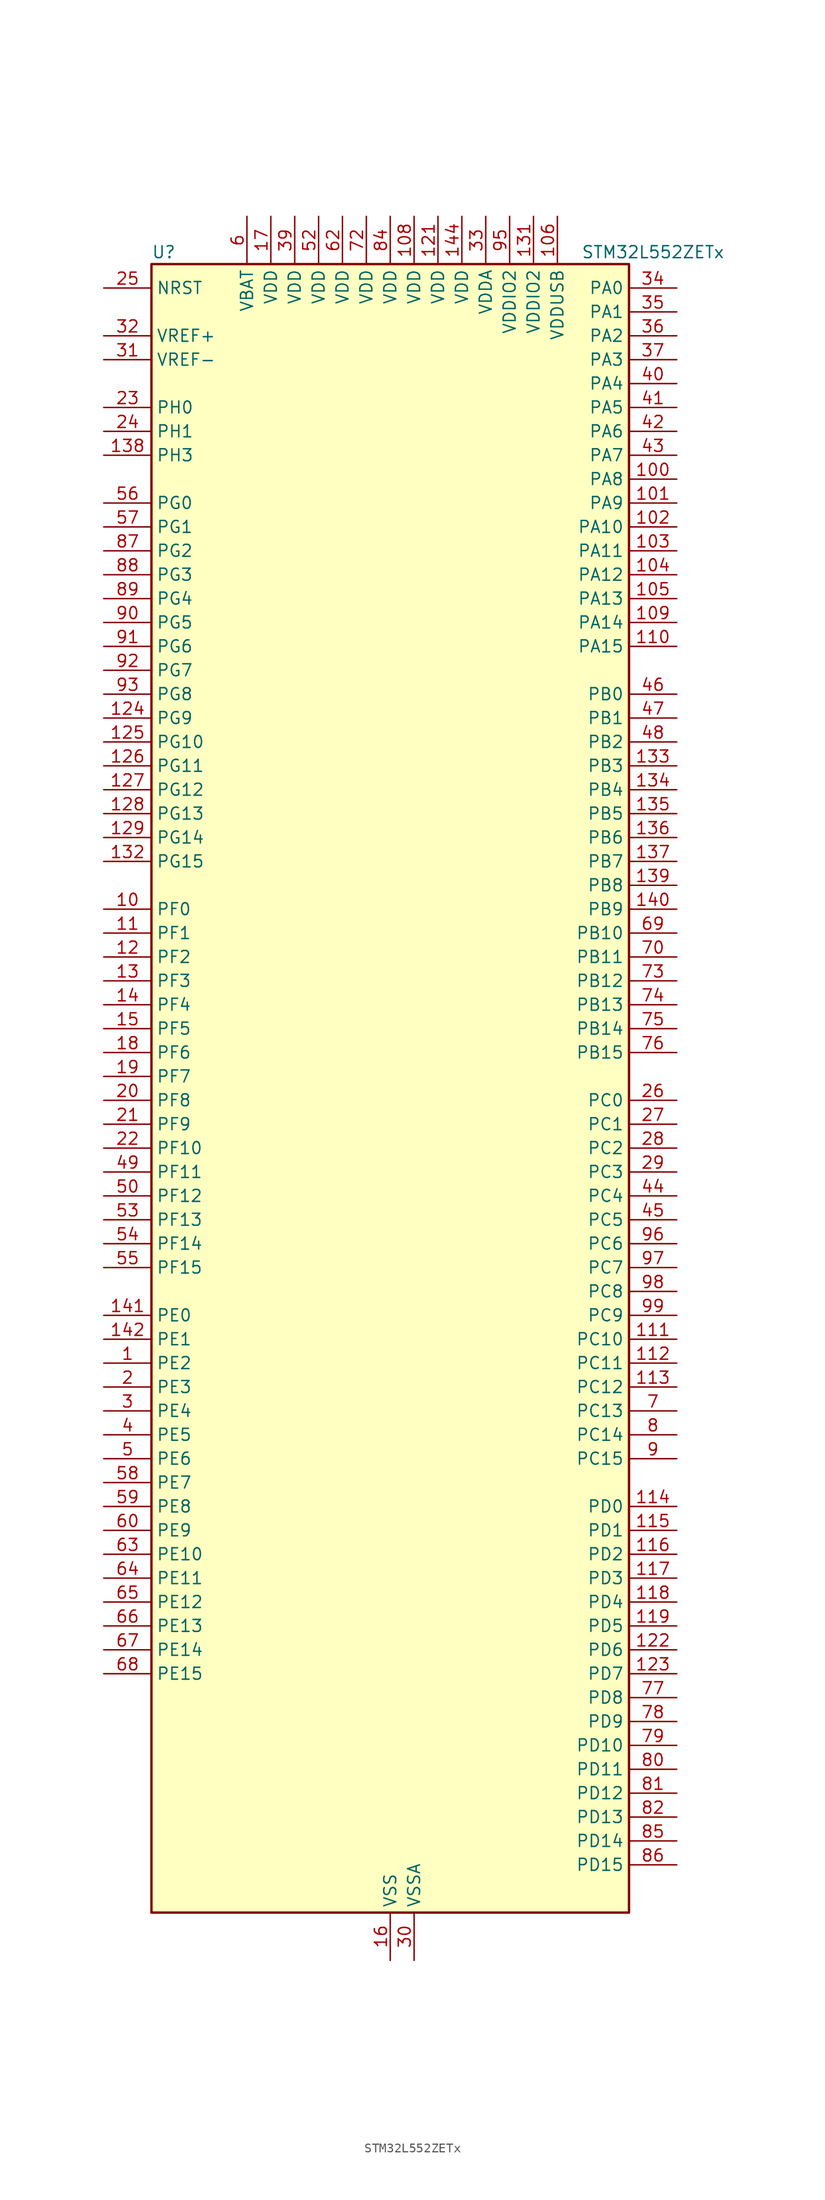
<source format=kicad_sym>
(kicad_symbol_lib
  (version 20220914)
  (generator kicad_symbol_editor)
  (symbol "STM32L552ZETx"
    (property "Reference" "U"
      (at -25.4 90.17 0)
      (effects (font (size 1.27 1.27)) (justify left)))
    (property "Value" "STM32L552ZETx"
      (at 20.32 90.17 0)
      (effects (font (size 1.27 1.27)) (justify left)))
    (property "ki_locked" ""
      (at 0 0 0)
      (effects (font (size 1.27 1.27))))
    (symbol "STM32L552ZETx_0_1"
      (rectangle (start -25.4 -86.36) (end 25.4 88.9) (stroke (width 0.254) (type default)) (fill (type background))))
    (symbol "STM32L552ZETx_1_1"
      (pin bidirectional line (at -30.48 -27.94 0) (length 5.08) (name "PE2" (effects (font (size 1.27 1.27)))) (number "1" (effects (font (size 1.27 1.27)))) (alternate "DEBUG_TRACECLK" bidirectional line) (alternate "FMC_A23" bidirectional line) (alternate "SAI1_CK1" bidirectional line) (alternate "SAI1_MCLK_A" bidirectional line) (alternate "TIM3_ETR" bidirectional line) (alternate "TSC_G7_IO1" bidirectional line))
      (pin bidirectional line (at -30.48 20.32 0) (length 5.08) (name "PF0" (effects (font (size 1.27 1.27)))) (number "10" (effects (font (size 1.27 1.27)))) (alternate "FMC_A0" bidirectional line) (alternate "I2C2_SDA" bidirectional line))
      (pin bidirectional line (at 30.48 66.04 180) (length 5.08) (name "PA8" (effects (font (size 1.27 1.27)))) (number "100" (effects (font (size 1.27 1.27)))) (alternate "LPTIM2_OUT" bidirectional line) (alternate "RCC_MCO" bidirectional line) (alternate "SAI1_CK2" bidirectional line) (alternate "SAI1_SCK_A" bidirectional line) (alternate "TIM1_CH1" bidirectional line) (alternate "USART1_CK" bidirectional line))
      (pin bidirectional line (at 30.48 63.5 180) (length 5.08) (name "PA9" (effects (font (size 1.27 1.27)))) (number "101" (effects (font (size 1.27 1.27)))) (alternate "DAC1_EXTI9" bidirectional line) (alternate "SAI1_FS_A" bidirectional line) (alternate "SPI2_SCK" bidirectional line) (alternate "TIM15_BKIN" bidirectional line) (alternate "TIM1_CH2" bidirectional line) (alternate "USART1_TX" bidirectional line))
      (pin bidirectional line (at 30.48 60.96 180) (length 5.08) (name "PA10" (effects (font (size 1.27 1.27)))) (number "102" (effects (font (size 1.27 1.27)))) (alternate "CRS_SYNC" bidirectional line) (alternate "SAI1_D1" bidirectional line) (alternate "SAI1_SD_A" bidirectional line) (alternate "TIM17_BKIN" bidirectional line) (alternate "TIM1_CH3" bidirectional line) (alternate "USART1_RX" bidirectional line))
      (pin bidirectional line (at 30.48 58.42 180) (length 5.08) (name "PA11" (effects (font (size 1.27 1.27)))) (number "103" (effects (font (size 1.27 1.27)))) (alternate "ADC1_EXTI11" bidirectional line) (alternate "ADC2_EXTI11" bidirectional line) (alternate "FDCAN1_RX" bidirectional line) (alternate "SPI1_MISO" bidirectional line) (alternate "TIM1_BKIN2" bidirectional line) (alternate "TIM1_CH4" bidirectional line) (alternate "USART1_CTS" bidirectional line) (alternate "USART1_NSS" bidirectional line) (alternate "USB_DM" bidirectional line))
      (pin bidirectional line (at 30.48 55.88 180) (length 5.08) (name "PA12" (effects (font (size 1.27 1.27)))) (number "104" (effects (font (size 1.27 1.27)))) (alternate "FDCAN1_TX" bidirectional line) (alternate "SPI1_MOSI" bidirectional line) (alternate "TIM1_ETR" bidirectional line) (alternate "USART1_DE" bidirectional line) (alternate "USART1_RTS" bidirectional line) (alternate "USB_DP" bidirectional line))
      (pin bidirectional line (at 30.48 53.34 180) (length 5.08) (name "PA13" (effects (font (size 1.27 1.27)))) (number "105" (effects (font (size 1.27 1.27)))) (alternate "DEBUG_JTMS-SWDIO" bidirectional line) (alternate "IR_OUT" bidirectional line) (alternate "SAI1_SD_B" bidirectional line) (alternate "USB_NOE" bidirectional line))
      (pin power_in line (at 17.78 93.98 270) (length 5.08) (name "VDDUSB" (effects (font (size 1.27 1.27)))) (number "106" (effects (font (size 1.27 1.27)))))
      (pin passive line (at 0 -91.44 90) (length 5.08) hide (name "VSS" (effects (font (size 1.27 1.27)))) (number "107" (effects (font (size 1.27 1.27)))))
      (pin power_in line (at 2.54 93.98 270) (length 5.08) (name "VDD" (effects (font (size 1.27 1.27)))) (number "108" (effects (font (size 1.27 1.27)))))
      (pin bidirectional line (at 30.48 50.8 180) (length 5.08) (name "PA14" (effects (font (size 1.27 1.27)))) (number "109" (effects (font (size 1.27 1.27)))) (alternate "DEBUG_JTCK-SWCLK" bidirectional line) (alternate "I2C1_SMBA" bidirectional line) (alternate "I2C4_SMBA" bidirectional line) (alternate "LPTIM1_OUT" bidirectional line) (alternate "SAI1_FS_B" bidirectional line))
      (pin bidirectional line (at -30.48 17.78 0) (length 5.08) (name "PF1" (effects (font (size 1.27 1.27)))) (number "11" (effects (font (size 1.27 1.27)))) (alternate "FMC_A1" bidirectional line) (alternate "I2C2_SCL" bidirectional line))
      (pin bidirectional line (at 30.48 48.26 180) (length 5.08) (name "PA15" (effects (font (size 1.27 1.27)))) (number "110" (effects (font (size 1.27 1.27)))) (alternate "ADC1_EXTI15" bidirectional line) (alternate "ADC2_EXTI15" bidirectional line) (alternate "DEBUG_JTDI" bidirectional line) (alternate "SAI2_FS_B" bidirectional line) (alternate "SPI1_NSS" bidirectional line) (alternate "SPI3_NSS" bidirectional line) (alternate "TIM2_CH1" bidirectional line) (alternate "TIM2_ETR" bidirectional line) (alternate "UART4_DE" bidirectional line) (alternate "UART4_RTS" bidirectional line) (alternate "UCPD1_CC1" bidirectional line) (alternate "USART2_RX" bidirectional line) (alternate "USART3_DE" bidirectional line) (alternate "USART3_RTS" bidirectional line))
      (pin bidirectional line (at 30.48 -25.4 180) (length 5.08) (name "PC10" (effects (font (size 1.27 1.27)))) (number "111" (effects (font (size 1.27 1.27)))) (alternate "DEBUG_TRACED1" bidirectional line) (alternate "LPTIM3_ETR" bidirectional line) (alternate "SAI2_SCK_B" bidirectional line) (alternate "SDMMC1_D2" bidirectional line) (alternate "SPI3_SCK" bidirectional line) (alternate "TSC_G3_IO2" bidirectional line) (alternate "UART4_TX" bidirectional line) (alternate "USART3_TX" bidirectional line))
      (pin bidirectional line (at 30.48 -27.94 180) (length 5.08) (name "PC11" (effects (font (size 1.27 1.27)))) (number "112" (effects (font (size 1.27 1.27)))) (alternate "ADC1_EXTI11" bidirectional line) (alternate "ADC2_EXTI11" bidirectional line) (alternate "LPTIM3_IN1" bidirectional line) (alternate "OCTOSPI1_NCS" bidirectional line) (alternate "SAI2_MCLK_B" bidirectional line) (alternate "SDMMC1_D3" bidirectional line) (alternate "SPI3_MISO" bidirectional line) (alternate "TSC_G3_IO3" bidirectional line) (alternate "UART4_RX" bidirectional line) (alternate "UCPD1_FRSTX2" bidirectional line) (alternate "USART3_RX" bidirectional line))
      (pin bidirectional line (at 30.48 -30.48 180) (length 5.08) (name "PC12" (effects (font (size 1.27 1.27)))) (number "113" (effects (font (size 1.27 1.27)))) (alternate "DEBUG_TRACED3" bidirectional line) (alternate "SAI2_SD_B" bidirectional line) (alternate "SDMMC1_CK" bidirectional line) (alternate "SPI3_MOSI" bidirectional line) (alternate "TSC_G3_IO4" bidirectional line) (alternate "UART5_TX" bidirectional line) (alternate "USART3_CK" bidirectional line))
      (pin bidirectional line (at 30.48 -43.18 180) (length 5.08) (name "PD0" (effects (font (size 1.27 1.27)))) (number "114" (effects (font (size 1.27 1.27)))) (alternate "FDCAN1_RX" bidirectional line) (alternate "FMC_D2" bidirectional line) (alternate "FMC_DA2" bidirectional line) (alternate "SPI2_NSS" bidirectional line))
      (pin bidirectional line (at 30.48 -45.72 180) (length 5.08) (name "PD1" (effects (font (size 1.27 1.27)))) (number "115" (effects (font (size 1.27 1.27)))) (alternate "FDCAN1_TX" bidirectional line) (alternate "FMC_D3" bidirectional line) (alternate "FMC_DA3" bidirectional line) (alternate "SPI2_SCK" bidirectional line))
      (pin bidirectional line (at 30.48 -48.26 180) (length 5.08) (name "PD2" (effects (font (size 1.27 1.27)))) (number "116" (effects (font (size 1.27 1.27)))) (alternate "DEBUG_TRACED2" bidirectional line) (alternate "SDMMC1_CMD" bidirectional line) (alternate "TIM3_ETR" bidirectional line) (alternate "TSC_SYNC" bidirectional line) (alternate "UART5_RX" bidirectional line) (alternate "USART3_DE" bidirectional line) (alternate "USART3_RTS" bidirectional line))
      (pin bidirectional line (at 30.48 -50.8 180) (length 5.08) (name "PD3" (effects (font (size 1.27 1.27)))) (number "117" (effects (font (size 1.27 1.27)))) (alternate "DFSDM1_DATIN0" bidirectional line) (alternate "FMC_CLK" bidirectional line) (alternate "SPI2_MISO" bidirectional line) (alternate "SPI2_SCK" bidirectional line) (alternate "USART2_CTS" bidirectional line) (alternate "USART2_NSS" bidirectional line))
      (pin bidirectional line (at 30.48 -53.34 180) (length 5.08) (name "PD4" (effects (font (size 1.27 1.27)))) (number "118" (effects (font (size 1.27 1.27)))) (alternate "DFSDM1_CKIN0" bidirectional line) (alternate "FMC_NOE" bidirectional line) (alternate "OCTOSPI1_IO4" bidirectional line) (alternate "SPI2_MOSI" bidirectional line) (alternate "USART2_DE" bidirectional line) (alternate "USART2_RTS" bidirectional line))
      (pin bidirectional line (at 30.48 -55.88 180) (length 5.08) (name "PD5" (effects (font (size 1.27 1.27)))) (number "119" (effects (font (size 1.27 1.27)))) (alternate "FMC_NWE" bidirectional line) (alternate "OCTOSPI1_IO5" bidirectional line) (alternate "USART2_TX" bidirectional line))
      (pin bidirectional line (at -30.48 15.24 0) (length 5.08) (name "PF2" (effects (font (size 1.27 1.27)))) (number "12" (effects (font (size 1.27 1.27)))) (alternate "FMC_A2" bidirectional line) (alternate "I2C2_SMBA" bidirectional line))
      (pin passive line (at 0 -91.44 90) (length 5.08) hide (name "VSS" (effects (font (size 1.27 1.27)))) (number "120" (effects (font (size 1.27 1.27)))))
      (pin power_in line (at 5.08 93.98 270) (length 5.08) (name "VDD" (effects (font (size 1.27 1.27)))) (number "121" (effects (font (size 1.27 1.27)))))
      (pin bidirectional line (at 30.48 -58.42 180) (length 5.08) (name "PD6" (effects (font (size 1.27 1.27)))) (number "122" (effects (font (size 1.27 1.27)))) (alternate "DFSDM1_DATIN1" bidirectional line) (alternate "FMC_NWAIT" bidirectional line) (alternate "OCTOSPI1_IO6" bidirectional line) (alternate "SAI1_D1" bidirectional line) (alternate "SAI1_SD_A" bidirectional line) (alternate "SPI3_MOSI" bidirectional line) (alternate "USART2_RX" bidirectional line))
      (pin bidirectional line (at 30.48 -60.96 180) (length 5.08) (name "PD7" (effects (font (size 1.27 1.27)))) (number "123" (effects (font (size 1.27 1.27)))) (alternate "DFSDM1_CKIN1" bidirectional line) (alternate "FMC_NCE" bidirectional line) (alternate "FMC_NE1" bidirectional line) (alternate "OCTOSPI1_IO7" bidirectional line) (alternate "USART2_CK" bidirectional line))
      (pin bidirectional line (at -30.48 40.64 0) (length 5.08) (name "PG9" (effects (font (size 1.27 1.27)))) (number "124" (effects (font (size 1.27 1.27)))) (alternate "DAC1_EXTI9" bidirectional line) (alternate "FMC_NCE" bidirectional line) (alternate "FMC_NE2" bidirectional line) (alternate "SAI2_SCK_A" bidirectional line) (alternate "SPI3_SCK" bidirectional line) (alternate "TIM15_CH1N" bidirectional line) (alternate "USART1_TX" bidirectional line))
      (pin bidirectional line (at -30.48 38.1 0) (length 5.08) (name "PG10" (effects (font (size 1.27 1.27)))) (number "125" (effects (font (size 1.27 1.27)))) (alternate "FMC_NE3" bidirectional line) (alternate "LPTIM1_IN1" bidirectional line) (alternate "SAI2_FS_A" bidirectional line) (alternate "SPI3_MISO" bidirectional line) (alternate "TIM15_CH1" bidirectional line) (alternate "USART1_RX" bidirectional line))
      (pin bidirectional line (at -30.48 35.56 0) (length 5.08) (name "PG11" (effects (font (size 1.27 1.27)))) (number "126" (effects (font (size 1.27 1.27)))) (alternate "ADC1_EXTI11" bidirectional line) (alternate "ADC2_EXTI11" bidirectional line) (alternate "LPTIM1_IN2" bidirectional line) (alternate "OCTOSPI1_IO5" bidirectional line) (alternate "SAI2_MCLK_A" bidirectional line) (alternate "SPI3_MOSI" bidirectional line) (alternate "TIM15_CH2" bidirectional line) (alternate "USART1_CTS" bidirectional line) (alternate "USART1_NSS" bidirectional line))
      (pin bidirectional line (at -30.48 33.02 0) (length 5.08) (name "PG12" (effects (font (size 1.27 1.27)))) (number "127" (effects (font (size 1.27 1.27)))) (alternate "FMC_NE4" bidirectional line) (alternate "LPTIM1_ETR" bidirectional line) (alternate "SAI2_SD_A" bidirectional line) (alternate "SPI3_NSS" bidirectional line) (alternate "USART1_DE" bidirectional line) (alternate "USART1_RTS" bidirectional line))
      (pin bidirectional line (at -30.48 30.48 0) (length 5.08) (name "PG13" (effects (font (size 1.27 1.27)))) (number "128" (effects (font (size 1.27 1.27)))) (alternate "FMC_A24" bidirectional line) (alternate "I2C1_SDA" bidirectional line) (alternate "USART1_CK" bidirectional line))
      (pin bidirectional line (at -30.48 27.94 0) (length 5.08) (name "PG14" (effects (font (size 1.27 1.27)))) (number "129" (effects (font (size 1.27 1.27)))) (alternate "FMC_A25" bidirectional line) (alternate "I2C1_SCL" bidirectional line))
      (pin bidirectional line (at -30.48 12.7 0) (length 5.08) (name "PF3" (effects (font (size 1.27 1.27)))) (number "13" (effects (font (size 1.27 1.27)))) (alternate "FMC_A3" bidirectional line) (alternate "LPTIM3_IN1" bidirectional line))
      (pin passive line (at 0 -91.44 90) (length 5.08) hide (name "VSS" (effects (font (size 1.27 1.27)))) (number "130" (effects (font (size 1.27 1.27)))))
      (pin power_in line (at 15.24 93.98 270) (length 5.08) (name "VDDIO2" (effects (font (size 1.27 1.27)))) (number "131" (effects (font (size 1.27 1.27)))))
      (pin bidirectional line (at -30.48 25.4 0) (length 5.08) (name "PG15" (effects (font (size 1.27 1.27)))) (number "132" (effects (font (size 1.27 1.27)))) (alternate "ADC1_EXTI15" bidirectional line) (alternate "ADC2_EXTI15" bidirectional line) (alternate "I2C1_SMBA" bidirectional line) (alternate "LPTIM1_OUT" bidirectional line))
      (pin bidirectional line (at 30.48 35.56 180) (length 5.08) (name "PB3" (effects (font (size 1.27 1.27)))) (number "133" (effects (font (size 1.27 1.27)))) (alternate "COMP2_INM" bidirectional line) (alternate "CRS_SYNC" bidirectional line) (alternate "DEBUG_JTDO-SWO" bidirectional line) (alternate "SAI1_SCK_B" bidirectional line) (alternate "SPI1_SCK" bidirectional line) (alternate "SPI3_SCK" bidirectional line) (alternate "TIM2_CH2" bidirectional line) (alternate "USART1_DE" bidirectional line) (alternate "USART1_RTS" bidirectional line))
      (pin bidirectional line (at 30.48 33.02 180) (length 5.08) (name "PB4" (effects (font (size 1.27 1.27)))) (number "134" (effects (font (size 1.27 1.27)))) (alternate "COMP2_INP" bidirectional line) (alternate "DEBUG_JTRST" bidirectional line) (alternate "I2C3_SDA" bidirectional line) (alternate "SAI1_MCLK_B" bidirectional line) (alternate "SPI1_MISO" bidirectional line) (alternate "SPI3_MISO" bidirectional line) (alternate "TIM17_BKIN" bidirectional line) (alternate "TIM3_CH1" bidirectional line) (alternate "TSC_G2_IO1" bidirectional line) (alternate "UART5_DE" bidirectional line) (alternate "UART5_RTS" bidirectional line) (alternate "USART1_CTS" bidirectional line) (alternate "USART1_NSS" bidirectional line))
      (pin bidirectional line (at 30.48 30.48 180) (length 5.08) (name "PB5" (effects (font (size 1.27 1.27)))) (number "135" (effects (font (size 1.27 1.27)))) (alternate "COMP2_OUT" bidirectional line) (alternate "I2C1_SMBA" bidirectional line) (alternate "LPTIM1_IN1" bidirectional line) (alternate "OCTOSPI1_NCLK" bidirectional line) (alternate "SAI1_SD_B" bidirectional line) (alternate "SPI1_MOSI" bidirectional line) (alternate "SPI3_MOSI" bidirectional line) (alternate "TIM16_BKIN" bidirectional line) (alternate "TIM3_CH2" bidirectional line) (alternate "TSC_G2_IO2" bidirectional line) (alternate "UART5_CTS" bidirectional line) (alternate "UCPD1_DBCC1" bidirectional line) (alternate "USART1_CK" bidirectional line))
      (pin bidirectional line (at 30.48 27.94 180) (length 5.08) (name "PB6" (effects (font (size 1.27 1.27)))) (number "136" (effects (font (size 1.27 1.27)))) (alternate "COMP2_INP" bidirectional line) (alternate "I2C1_SCL" bidirectional line) (alternate "I2C4_SCL" bidirectional line) (alternate "LPTIM1_ETR" bidirectional line) (alternate "SAI1_FS_B" bidirectional line) (alternate "TIM16_CH1N" bidirectional line) (alternate "TIM4_CH1" bidirectional line) (alternate "TIM8_BKIN2" bidirectional line) (alternate "TSC_G2_IO3" bidirectional line) (alternate "USART1_TX" bidirectional line))
      (pin bidirectional line (at 30.48 25.4 180) (length 5.08) (name "PB7" (effects (font (size 1.27 1.27)))) (number "137" (effects (font (size 1.27 1.27)))) (alternate "COMP2_INM" bidirectional line) (alternate "FMC_NL" bidirectional line) (alternate "I2C1_SDA" bidirectional line) (alternate "I2C4_SDA" bidirectional line) (alternate "LPTIM1_IN2" bidirectional line) (alternate "PWR_PVD_IN" bidirectional line) (alternate "TIM17_CH1N" bidirectional line) (alternate "TIM4_CH2" bidirectional line) (alternate "TIM8_BKIN" bidirectional line) (alternate "TSC_G2_IO4" bidirectional line) (alternate "UART4_CTS" bidirectional line) (alternate "USART1_RX" bidirectional line))
      (pin bidirectional line (at -30.48 68.58 0) (length 5.08) (name "PH3" (effects (font (size 1.27 1.27)))) (number "138" (effects (font (size 1.27 1.27)))))
      (pin bidirectional line (at 30.48 22.86 180) (length 5.08) (name "PB8" (effects (font (size 1.27 1.27)))) (number "139" (effects (font (size 1.27 1.27)))) (alternate "DFSDM1_CKOUT" bidirectional line) (alternate "FDCAN1_RX" bidirectional line) (alternate "I2C1_SCL" bidirectional line) (alternate "SAI1_CK1" bidirectional line) (alternate "SAI1_MCLK_A" bidirectional line) (alternate "SDMMC1_CKIN" bidirectional line) (alternate "SDMMC1_D4" bidirectional line) (alternate "TIM16_CH1" bidirectional line) (alternate "TIM4_CH3" bidirectional line))
      (pin bidirectional line (at -30.48 10.16 0) (length 5.08) (name "PF4" (effects (font (size 1.27 1.27)))) (number "14" (effects (font (size 1.27 1.27)))) (alternate "FMC_A4" bidirectional line) (alternate "LPTIM3_ETR" bidirectional line))
      (pin bidirectional line (at 30.48 20.32 180) (length 5.08) (name "PB9" (effects (font (size 1.27 1.27)))) (number "140" (effects (font (size 1.27 1.27)))) (alternate "DAC1_EXTI9" bidirectional line) (alternate "FDCAN1_TX" bidirectional line) (alternate "I2C1_SDA" bidirectional line) (alternate "IR_OUT" bidirectional line) (alternate "SAI1_D2" bidirectional line) (alternate "SAI1_FS_A" bidirectional line) (alternate "SDMMC1_CDIR" bidirectional line) (alternate "SDMMC1_D5" bidirectional line) (alternate "SPI2_NSS" bidirectional line) (alternate "TIM17_CH1" bidirectional line) (alternate "TIM4_CH4" bidirectional line))
      (pin bidirectional line (at -30.48 -22.86 0) (length 5.08) (name "PE0" (effects (font (size 1.27 1.27)))) (number "141" (effects (font (size 1.27 1.27)))) (alternate "FMC_NBL0" bidirectional line) (alternate "TIM16_CH1" bidirectional line) (alternate "TIM4_ETR" bidirectional line))
      (pin bidirectional line (at -30.48 -25.4 0) (length 5.08) (name "PE1" (effects (font (size 1.27 1.27)))) (number "142" (effects (font (size 1.27 1.27)))) (alternate "FMC_NBL1" bidirectional line) (alternate "TIM17_CH1" bidirectional line))
      (pin passive line (at 0 -91.44 90) (length 5.08) hide (name "VSS" (effects (font (size 1.27 1.27)))) (number "143" (effects (font (size 1.27 1.27)))))
      (pin power_in line (at 7.62 93.98 270) (length 5.08) (name "VDD" (effects (font (size 1.27 1.27)))) (number "144" (effects (font (size 1.27 1.27)))))
      (pin bidirectional line (at -30.48 7.62 0) (length 5.08) (name "PF5" (effects (font (size 1.27 1.27)))) (number "15" (effects (font (size 1.27 1.27)))) (alternate "FMC_A5" bidirectional line) (alternate "LPTIM3_OUT" bidirectional line))
      (pin power_in line (at 0 -91.44 90) (length 5.08) (name "VSS" (effects (font (size 1.27 1.27)))) (number "16" (effects (font (size 1.27 1.27)))))
      (pin power_in line (at -12.7 93.98 270) (length 5.08) (name "VDD" (effects (font (size 1.27 1.27)))) (number "17" (effects (font (size 1.27 1.27)))))
      (pin bidirectional line (at -30.48 5.08 0) (length 5.08) (name "PF6" (effects (font (size 1.27 1.27)))) (number "18" (effects (font (size 1.27 1.27)))) (alternate "OCTOSPI1_IO3" bidirectional line) (alternate "SAI1_SD_B" bidirectional line) (alternate "TIM5_CH1" bidirectional line) (alternate "TIM5_ETR" bidirectional line))
      (pin bidirectional line (at -30.48 2.54 0) (length 5.08) (name "PF7" (effects (font (size 1.27 1.27)))) (number "19" (effects (font (size 1.27 1.27)))) (alternate "OCTOSPI1_IO2" bidirectional line) (alternate "SAI1_MCLK_B" bidirectional line) (alternate "TAMP_IN6" bidirectional line) (alternate "TAMP_OUT3" bidirectional line) (alternate "TIM5_CH2" bidirectional line))
      (pin bidirectional line (at -30.48 -30.48 0) (length 5.08) (name "PE3" (effects (font (size 1.27 1.27)))) (number "2" (effects (font (size 1.27 1.27)))) (alternate "DEBUG_TRACED0" bidirectional line) (alternate "FMC_A19" bidirectional line) (alternate "OCTOSPI1_DQS" bidirectional line) (alternate "SAI1_SD_B" bidirectional line) (alternate "TIM3_CH1" bidirectional line) (alternate "TSC_G7_IO2" bidirectional line))
      (pin bidirectional line (at -30.48 0 0) (length 5.08) (name "PF8" (effects (font (size 1.27 1.27)))) (number "20" (effects (font (size 1.27 1.27)))) (alternate "OCTOSPI1_IO0" bidirectional line) (alternate "SAI1_SCK_B" bidirectional line) (alternate "TAMP_IN7" bidirectional line) (alternate "TAMP_OUT8" bidirectional line) (alternate "TIM5_CH3" bidirectional line))
      (pin bidirectional line (at -30.48 -2.54 0) (length 5.08) (name "PF9" (effects (font (size 1.27 1.27)))) (number "21" (effects (font (size 1.27 1.27)))) (alternate "DAC1_EXTI9" bidirectional line) (alternate "OCTOSPI1_IO1" bidirectional line) (alternate "SAI1_FS_B" bidirectional line) (alternate "TAMP_IN8" bidirectional line) (alternate "TAMP_OUT7" bidirectional line) (alternate "TIM15_CH1" bidirectional line) (alternate "TIM5_CH4" bidirectional line))
      (pin bidirectional line (at -30.48 -5.08 0) (length 5.08) (name "PF10" (effects (font (size 1.27 1.27)))) (number "22" (effects (font (size 1.27 1.27)))) (alternate "DFSDM1_CKOUT" bidirectional line) (alternate "OCTOSPI1_CLK" bidirectional line) (alternate "SAI1_D3" bidirectional line) (alternate "TIM15_CH2" bidirectional line))
      (pin bidirectional line (at -30.48 73.66 0) (length 5.08) (name "PH0" (effects (font (size 1.27 1.27)))) (number "23" (effects (font (size 1.27 1.27)))) (alternate "RCC_OSC_IN" bidirectional line))
      (pin bidirectional line (at -30.48 71.12 0) (length 5.08) (name "PH1" (effects (font (size 1.27 1.27)))) (number "24" (effects (font (size 1.27 1.27)))) (alternate "RCC_OSC_OUT" bidirectional line))
      (pin input line (at -30.48 86.36 0) (length 5.08) (name "NRST" (effects (font (size 1.27 1.27)))) (number "25" (effects (font (size 1.27 1.27)))))
      (pin bidirectional line (at 30.48 0 180) (length 5.08) (name "PC0" (effects (font (size 1.27 1.27)))) (number "26" (effects (font (size 1.27 1.27)))) (alternate "ADC1_IN1" bidirectional line) (alternate "ADC2_IN1" bidirectional line) (alternate "I2C3_SCL" bidirectional line) (alternate "LPTIM1_IN1" bidirectional line) (alternate "LPTIM2_IN1" bidirectional line) (alternate "LPUART1_RX" bidirectional line) (alternate "OCTOSPI1_IO7" bidirectional line) (alternate "SAI2_FS_A" bidirectional line) (alternate "SDMMC1_D5" bidirectional line))
      (pin bidirectional line (at 30.48 -2.54 180) (length 5.08) (name "PC1" (effects (font (size 1.27 1.27)))) (number "27" (effects (font (size 1.27 1.27)))) (alternate "ADC1_IN2" bidirectional line) (alternate "ADC2_IN2" bidirectional line) (alternate "DEBUG_TRACED0" bidirectional line) (alternate "I2C3_SDA" bidirectional line) (alternate "LPTIM1_OUT" bidirectional line) (alternate "LPUART1_TX" bidirectional line) (alternate "OCTOSPI1_IO4" bidirectional line) (alternate "SAI1_SD_A" bidirectional line) (alternate "SPI2_MOSI" bidirectional line))
      (pin bidirectional line (at 30.48 -5.08 180) (length 5.08) (name "PC2" (effects (font (size 1.27 1.27)))) (number "28" (effects (font (size 1.27 1.27)))) (alternate "ADC1_IN3" bidirectional line) (alternate "ADC2_IN3" bidirectional line) (alternate "DFSDM1_CKOUT" bidirectional line) (alternate "LPTIM1_IN2" bidirectional line) (alternate "OCTOSPI1_IO5" bidirectional line) (alternate "SPI2_MISO" bidirectional line))
      (pin bidirectional line (at 30.48 -7.62 180) (length 5.08) (name "PC3" (effects (font (size 1.27 1.27)))) (number "29" (effects (font (size 1.27 1.27)))) (alternate "ADC1_IN4" bidirectional line) (alternate "ADC2_IN4" bidirectional line) (alternate "LPTIM1_ETR" bidirectional line) (alternate "LPTIM2_ETR" bidirectional line) (alternate "LPTIM3_OUT" bidirectional line) (alternate "OCTOSPI1_IO6" bidirectional line) (alternate "SAI1_D1" bidirectional line) (alternate "SAI1_SD_A" bidirectional line) (alternate "SPI2_MOSI" bidirectional line))
      (pin bidirectional line (at -30.48 -33.02 0) (length 5.08) (name "PE4" (effects (font (size 1.27 1.27)))) (number "3" (effects (font (size 1.27 1.27)))) (alternate "DEBUG_TRACED1" bidirectional line) (alternate "DFSDM1_DATIN3" bidirectional line) (alternate "FMC_A20" bidirectional line) (alternate "SAI1_D2" bidirectional line) (alternate "SAI1_FS_A" bidirectional line) (alternate "TIM3_CH2" bidirectional line) (alternate "TSC_G7_IO3" bidirectional line))
      (pin power_in line (at 2.54 -91.44 90) (length 5.08) (name "VSSA" (effects (font (size 1.27 1.27)))) (number "30" (effects (font (size 1.27 1.27)))))
      (pin input line (at -30.48 78.74 0) (length 5.08) (name "VREF-" (effects (font (size 1.27 1.27)))) (number "31" (effects (font (size 1.27 1.27)))))
      (pin input line (at -30.48 81.28 0) (length 5.08) (name "VREF+" (effects (font (size 1.27 1.27)))) (number "32" (effects (font (size 1.27 1.27)))))
      (pin power_in line (at 10.16 93.98 270) (length 5.08) (name "VDDA" (effects (font (size 1.27 1.27)))) (number "33" (effects (font (size 1.27 1.27)))))
      (pin bidirectional line (at 30.48 86.36 180) (length 5.08) (name "PA0" (effects (font (size 1.27 1.27)))) (number "34" (effects (font (size 1.27 1.27)))) (alternate "ADC1_IN5" bidirectional line) (alternate "ADC2_IN5" bidirectional line) (alternate "OPAMP1_VINP" bidirectional line) (alternate "PWR_WKUP1" bidirectional line) (alternate "SAI1_EXTCLK" bidirectional line) (alternate "TAMP_IN2" bidirectional line) (alternate "TAMP_OUT1" bidirectional line) (alternate "TIM2_CH1" bidirectional line) (alternate "TIM2_ETR" bidirectional line) (alternate "TIM5_CH1" bidirectional line) (alternate "TIM8_ETR" bidirectional line) (alternate "UART4_TX" bidirectional line) (alternate "USART2_CTS" bidirectional line) (alternate "USART2_NSS" bidirectional line))
      (pin bidirectional line (at 30.48 83.82 180) (length 5.08) (name "PA1" (effects (font (size 1.27 1.27)))) (number "35" (effects (font (size 1.27 1.27)))) (alternate "ADC1_IN6" bidirectional line) (alternate "ADC2_IN6" bidirectional line) (alternate "I2C1_SMBA" bidirectional line) (alternate "OCTOSPI1_DQS" bidirectional line) (alternate "OPAMP1_VINM" bidirectional line) (alternate "SPI1_SCK" bidirectional line) (alternate "TAMP_IN5" bidirectional line) (alternate "TAMP_OUT4" bidirectional line) (alternate "TIM15_CH1N" bidirectional line) (alternate "TIM2_CH2" bidirectional line) (alternate "TIM5_CH2" bidirectional line) (alternate "UART4_RX" bidirectional line) (alternate "USART2_DE" bidirectional line) (alternate "USART2_RTS" bidirectional line))
      (pin bidirectional line (at 30.48 81.28 180) (length 5.08) (name "PA2" (effects (font (size 1.27 1.27)))) (number "36" (effects (font (size 1.27 1.27)))) (alternate "ADC1_IN7" bidirectional line) (alternate "ADC2_IN7" bidirectional line) (alternate "COMP1_INP" bidirectional line) (alternate "LPUART1_TX" bidirectional line) (alternate "OCTOSPI1_NCS" bidirectional line) (alternate "PWR_WKUP4" bidirectional line) (alternate "RCC_LSCO" bidirectional line) (alternate "SAI2_EXTCLK" bidirectional line) (alternate "TIM15_CH1" bidirectional line) (alternate "TIM2_CH3" bidirectional line) (alternate "TIM5_CH3" bidirectional line) (alternate "UCPD1_FRSTX1" bidirectional line) (alternate "USART2_TX" bidirectional line))
      (pin bidirectional line (at 30.48 78.74 180) (length 5.08) (name "PA3" (effects (font (size 1.27 1.27)))) (number "37" (effects (font (size 1.27 1.27)))) (alternate "ADC1_IN8" bidirectional line) (alternate "ADC2_IN8" bidirectional line) (alternate "LPUART1_RX" bidirectional line) (alternate "OCTOSPI1_CLK" bidirectional line) (alternate "OPAMP1_VOUT" bidirectional line) (alternate "SAI1_CK1" bidirectional line) (alternate "SAI1_MCLK_A" bidirectional line) (alternate "TIM15_CH2" bidirectional line) (alternate "TIM2_CH4" bidirectional line) (alternate "TIM5_CH4" bidirectional line) (alternate "USART2_RX" bidirectional line))
      (pin passive line (at 0 -91.44 90) (length 5.08) hide (name "VSS" (effects (font (size 1.27 1.27)))) (number "38" (effects (font (size 1.27 1.27)))))
      (pin power_in line (at -10.16 93.98 270) (length 5.08) (name "VDD" (effects (font (size 1.27 1.27)))) (number "39" (effects (font (size 1.27 1.27)))))
      (pin bidirectional line (at -30.48 -35.56 0) (length 5.08) (name "PE5" (effects (font (size 1.27 1.27)))) (number "4" (effects (font (size 1.27 1.27)))) (alternate "DEBUG_TRACED2" bidirectional line) (alternate "DFSDM1_CKIN3" bidirectional line) (alternate "FMC_A21" bidirectional line) (alternate "SAI1_CK2" bidirectional line) (alternate "SAI1_SCK_A" bidirectional line) (alternate "TIM3_CH3" bidirectional line) (alternate "TSC_G7_IO4" bidirectional line))
      (pin bidirectional line (at 30.48 76.2 180) (length 5.08) (name "PA4" (effects (font (size 1.27 1.27)))) (number "40" (effects (font (size 1.27 1.27)))) (alternate "ADC1_IN9" bidirectional line) (alternate "ADC2_IN9" bidirectional line) (alternate "DAC1_OUT1" bidirectional line) (alternate "LPTIM2_OUT" bidirectional line) (alternate "OCTOSPI1_NCS" bidirectional line) (alternate "SAI1_FS_B" bidirectional line) (alternate "SPI1_NSS" bidirectional line) (alternate "SPI3_NSS" bidirectional line) (alternate "USART2_CK" bidirectional line))
      (pin bidirectional line (at 30.48 73.66 180) (length 5.08) (name "PA5" (effects (font (size 1.27 1.27)))) (number "41" (effects (font (size 1.27 1.27)))) (alternate "ADC1_IN10" bidirectional line) (alternate "ADC2_IN10" bidirectional line) (alternate "DAC1_OUT2" bidirectional line) (alternate "LPTIM2_ETR" bidirectional line) (alternate "SPI1_SCK" bidirectional line) (alternate "TIM2_CH1" bidirectional line) (alternate "TIM2_ETR" bidirectional line) (alternate "TIM8_CH1N" bidirectional line))
      (pin bidirectional line (at 30.48 71.12 180) (length 5.08) (name "PA6" (effects (font (size 1.27 1.27)))) (number "42" (effects (font (size 1.27 1.27)))) (alternate "ADC1_IN11" bidirectional line) (alternate "ADC2_IN11" bidirectional line) (alternate "LPUART1_CTS" bidirectional line) (alternate "OCTOSPI1_IO3" bidirectional line) (alternate "OPAMP2_VINP" bidirectional line) (alternate "SPI1_MISO" bidirectional line) (alternate "TIM16_CH1" bidirectional line) (alternate "TIM1_BKIN" bidirectional line) (alternate "TIM3_CH1" bidirectional line) (alternate "TIM8_BKIN" bidirectional line) (alternate "USART3_CTS" bidirectional line) (alternate "USART3_NSS" bidirectional line))
      (pin bidirectional line (at 30.48 68.58 180) (length 5.08) (name "PA7" (effects (font (size 1.27 1.27)))) (number "43" (effects (font (size 1.27 1.27)))) (alternate "ADC1_IN12" bidirectional line) (alternate "ADC2_IN12" bidirectional line) (alternate "I2C3_SCL" bidirectional line) (alternate "OCTOSPI1_IO2" bidirectional line) (alternate "OPAMP2_VINM" bidirectional line) (alternate "SPI1_MOSI" bidirectional line) (alternate "TIM17_CH1" bidirectional line) (alternate "TIM1_CH1N" bidirectional line) (alternate "TIM3_CH2" bidirectional line) (alternate "TIM8_CH1N" bidirectional line))
      (pin bidirectional line (at 30.48 -10.16 180) (length 5.08) (name "PC4" (effects (font (size 1.27 1.27)))) (number "44" (effects (font (size 1.27 1.27)))) (alternate "ADC1_IN13" bidirectional line) (alternate "ADC2_IN13" bidirectional line) (alternate "COMP1_INM" bidirectional line) (alternate "OCTOSPI1_IO7" bidirectional line) (alternate "USART3_TX" bidirectional line))
      (pin bidirectional line (at 30.48 -12.7 180) (length 5.08) (name "PC5" (effects (font (size 1.27 1.27)))) (number "45" (effects (font (size 1.27 1.27)))) (alternate "ADC1_IN14" bidirectional line) (alternate "ADC2_IN14" bidirectional line) (alternate "COMP1_INP" bidirectional line) (alternate "PWR_WKUP5" bidirectional line) (alternate "SAI1_D3" bidirectional line) (alternate "TAMP_IN4" bidirectional line) (alternate "TAMP_OUT5" bidirectional line) (alternate "USART3_RX" bidirectional line))
      (pin bidirectional line (at 30.48 43.18 180) (length 5.08) (name "PB0" (effects (font (size 1.27 1.27)))) (number "46" (effects (font (size 1.27 1.27)))) (alternate "ADC1_IN15" bidirectional line) (alternate "ADC2_IN15" bidirectional line) (alternate "COMP1_OUT" bidirectional line) (alternate "OCTOSPI1_IO1" bidirectional line) (alternate "OPAMP2_VOUT" bidirectional line) (alternate "SAI1_EXTCLK" bidirectional line) (alternate "SPI1_NSS" bidirectional line) (alternate "TIM1_CH2N" bidirectional line) (alternate "TIM3_CH3" bidirectional line) (alternate "TIM8_CH2N" bidirectional line) (alternate "USART3_CK" bidirectional line))
      (pin bidirectional line (at 30.48 40.64 180) (length 5.08) (name "PB1" (effects (font (size 1.27 1.27)))) (number "47" (effects (font (size 1.27 1.27)))) (alternate "ADC1_IN16" bidirectional line) (alternate "ADC2_IN16" bidirectional line) (alternate "COMP1_INM" bidirectional line) (alternate "DFSDM1_DATIN0" bidirectional line) (alternate "LPTIM2_IN1" bidirectional line) (alternate "LPUART1_DE" bidirectional line) (alternate "LPUART1_RTS" bidirectional line) (alternate "OCTOSPI1_IO0" bidirectional line) (alternate "TIM1_CH3N" bidirectional line) (alternate "TIM3_CH4" bidirectional line) (alternate "TIM8_CH3N" bidirectional line) (alternate "USART3_DE" bidirectional line) (alternate "USART3_RTS" bidirectional line))
      (pin bidirectional line (at 30.48 38.1 180) (length 5.08) (name "PB2" (effects (font (size 1.27 1.27)))) (number "48" (effects (font (size 1.27 1.27)))) (alternate "COMP1_INP" bidirectional line) (alternate "DFSDM1_CKIN0" bidirectional line) (alternate "I2C3_SMBA" bidirectional line) (alternate "LPTIM1_OUT" bidirectional line) (alternate "OCTOSPI1_DQS" bidirectional line) (alternate "RTC_OUT2" bidirectional line) (alternate "UCPD1_FRSTX1" bidirectional line))
      (pin bidirectional line (at -30.48 -7.62 0) (length 5.08) (name "PF11" (effects (font (size 1.27 1.27)))) (number "49" (effects (font (size 1.27 1.27)))) (alternate "ADC1_EXTI11" bidirectional line) (alternate "ADC2_EXTI11" bidirectional line) (alternate "OCTOSPI1_NCLK" bidirectional line))
      (pin bidirectional line (at -30.48 -38.1 0) (length 5.08) (name "PE6" (effects (font (size 1.27 1.27)))) (number "5" (effects (font (size 1.27 1.27)))) (alternate "DEBUG_TRACED3" bidirectional line) (alternate "FMC_A22" bidirectional line) (alternate "PWR_WKUP3" bidirectional line) (alternate "SAI1_D1" bidirectional line) (alternate "SAI1_SD_A" bidirectional line) (alternate "TAMP_IN3" bidirectional line) (alternate "TAMP_OUT6" bidirectional line) (alternate "TIM3_CH4" bidirectional line))
      (pin bidirectional line (at -30.48 -10.16 0) (length 5.08) (name "PF12" (effects (font (size 1.27 1.27)))) (number "50" (effects (font (size 1.27 1.27)))) (alternate "FMC_A6" bidirectional line))
      (pin passive line (at 0 -91.44 90) (length 5.08) hide (name "VSS" (effects (font (size 1.27 1.27)))) (number "51" (effects (font (size 1.27 1.27)))))
      (pin power_in line (at -7.62 93.98 270) (length 5.08) (name "VDD" (effects (font (size 1.27 1.27)))) (number "52" (effects (font (size 1.27 1.27)))))
      (pin bidirectional line (at -30.48 -12.7 0) (length 5.08) (name "PF13" (effects (font (size 1.27 1.27)))) (number "53" (effects (font (size 1.27 1.27)))) (alternate "FMC_A7" bidirectional line) (alternate "I2C4_SMBA" bidirectional line))
      (pin bidirectional line (at -30.48 -15.24 0) (length 5.08) (name "PF14" (effects (font (size 1.27 1.27)))) (number "54" (effects (font (size 1.27 1.27)))) (alternate "FMC_A8" bidirectional line) (alternate "I2C4_SCL" bidirectional line) (alternate "TSC_G8_IO1" bidirectional line))
      (pin bidirectional line (at -30.48 -17.78 0) (length 5.08) (name "PF15" (effects (font (size 1.27 1.27)))) (number "55" (effects (font (size 1.27 1.27)))) (alternate "ADC1_EXTI15" bidirectional line) (alternate "ADC2_EXTI15" bidirectional line) (alternate "FMC_A9" bidirectional line) (alternate "I2C4_SDA" bidirectional line) (alternate "TSC_G8_IO2" bidirectional line))
      (pin bidirectional line (at -30.48 63.5 0) (length 5.08) (name "PG0" (effects (font (size 1.27 1.27)))) (number "56" (effects (font (size 1.27 1.27)))) (alternate "FMC_A10" bidirectional line) (alternate "TSC_G8_IO3" bidirectional line))
      (pin bidirectional line (at -30.48 60.96 0) (length 5.08) (name "PG1" (effects (font (size 1.27 1.27)))) (number "57" (effects (font (size 1.27 1.27)))) (alternate "FMC_A11" bidirectional line) (alternate "TSC_G8_IO4" bidirectional line))
      (pin bidirectional line (at -30.48 -40.64 0) (length 5.08) (name "PE7" (effects (font (size 1.27 1.27)))) (number "58" (effects (font (size 1.27 1.27)))) (alternate "DFSDM1_DATIN2" bidirectional line) (alternate "FMC_D4" bidirectional line) (alternate "FMC_DA4" bidirectional line) (alternate "SAI1_SD_B" bidirectional line) (alternate "TIM1_ETR" bidirectional line))
      (pin bidirectional line (at -30.48 -43.18 0) (length 5.08) (name "PE8" (effects (font (size 1.27 1.27)))) (number "59" (effects (font (size 1.27 1.27)))) (alternate "DFSDM1_CKIN2" bidirectional line) (alternate "FMC_D5" bidirectional line) (alternate "FMC_DA5" bidirectional line) (alternate "SAI1_SCK_B" bidirectional line) (alternate "TIM1_CH1N" bidirectional line))
      (pin power_in line (at -15.24 93.98 270) (length 5.08) (name "VBAT" (effects (font (size 1.27 1.27)))) (number "6" (effects (font (size 1.27 1.27)))))
      (pin bidirectional line (at -30.48 -45.72 0) (length 5.08) (name "PE9" (effects (font (size 1.27 1.27)))) (number "60" (effects (font (size 1.27 1.27)))) (alternate "DAC1_EXTI9" bidirectional line) (alternate "DFSDM1_CKOUT" bidirectional line) (alternate "FMC_D6" bidirectional line) (alternate "FMC_DA6" bidirectional line) (alternate "OCTOSPI1_NCLK" bidirectional line) (alternate "SAI1_FS_B" bidirectional line) (alternate "TIM1_CH1" bidirectional line))
      (pin passive line (at 0 -91.44 90) (length 5.08) hide (name "VSS" (effects (font (size 1.27 1.27)))) (number "61" (effects (font (size 1.27 1.27)))))
      (pin power_in line (at -5.08 93.98 270) (length 5.08) (name "VDD" (effects (font (size 1.27 1.27)))) (number "62" (effects (font (size 1.27 1.27)))))
      (pin bidirectional line (at -30.48 -48.26 0) (length 5.08) (name "PE10" (effects (font (size 1.27 1.27)))) (number "63" (effects (font (size 1.27 1.27)))) (alternate "FMC_D7" bidirectional line) (alternate "FMC_DA7" bidirectional line) (alternate "OCTOSPI1_CLK" bidirectional line) (alternate "SAI1_MCLK_B" bidirectional line) (alternate "TIM1_CH2N" bidirectional line) (alternate "TSC_G5_IO1" bidirectional line))
      (pin bidirectional line (at -30.48 -50.8 0) (length 5.08) (name "PE11" (effects (font (size 1.27 1.27)))) (number "64" (effects (font (size 1.27 1.27)))) (alternate "ADC1_EXTI11" bidirectional line) (alternate "ADC2_EXTI11" bidirectional line) (alternate "FMC_D8" bidirectional line) (alternate "FMC_DA8" bidirectional line) (alternate "OCTOSPI1_NCS" bidirectional line) (alternate "TIM1_CH2" bidirectional line) (alternate "TSC_G5_IO2" bidirectional line))
      (pin bidirectional line (at -30.48 -53.34 0) (length 5.08) (name "PE12" (effects (font (size 1.27 1.27)))) (number "65" (effects (font (size 1.27 1.27)))) (alternate "FMC_D9" bidirectional line) (alternate "FMC_DA9" bidirectional line) (alternate "OCTOSPI1_IO0" bidirectional line) (alternate "SPI1_NSS" bidirectional line) (alternate "TIM1_CH3N" bidirectional line) (alternate "TSC_G5_IO3" bidirectional line))
      (pin bidirectional line (at -30.48 -55.88 0) (length 5.08) (name "PE13" (effects (font (size 1.27 1.27)))) (number "66" (effects (font (size 1.27 1.27)))) (alternate "FMC_D10" bidirectional line) (alternate "FMC_DA10" bidirectional line) (alternate "OCTOSPI1_IO1" bidirectional line) (alternate "SPI1_SCK" bidirectional line) (alternate "TIM1_CH3" bidirectional line) (alternate "TSC_G5_IO4" bidirectional line))
      (pin bidirectional line (at -30.48 -58.42 0) (length 5.08) (name "PE14" (effects (font (size 1.27 1.27)))) (number "67" (effects (font (size 1.27 1.27)))) (alternate "FMC_D11" bidirectional line) (alternate "FMC_DA11" bidirectional line) (alternate "OCTOSPI1_IO2" bidirectional line) (alternate "SPI1_MISO" bidirectional line) (alternate "TIM1_BKIN2" bidirectional line) (alternate "TIM1_CH4" bidirectional line))
      (pin bidirectional line (at -30.48 -60.96 0) (length 5.08) (name "PE15" (effects (font (size 1.27 1.27)))) (number "68" (effects (font (size 1.27 1.27)))) (alternate "ADC1_EXTI15" bidirectional line) (alternate "ADC2_EXTI15" bidirectional line) (alternate "FMC_D12" bidirectional line) (alternate "FMC_DA12" bidirectional line) (alternate "OCTOSPI1_IO3" bidirectional line) (alternate "SPI1_MOSI" bidirectional line) (alternate "TIM1_BKIN" bidirectional line))
      (pin bidirectional line (at 30.48 17.78 180) (length 5.08) (name "PB10" (effects (font (size 1.27 1.27)))) (number "69" (effects (font (size 1.27 1.27)))) (alternate "COMP1_OUT" bidirectional line) (alternate "I2C2_SCL" bidirectional line) (alternate "I2C4_SCL" bidirectional line) (alternate "LPTIM3_OUT" bidirectional line) (alternate "LPUART1_RX" bidirectional line) (alternate "OCTOSPI1_CLK" bidirectional line) (alternate "SAI1_SCK_A" bidirectional line) (alternate "SPI2_SCK" bidirectional line) (alternate "TIM2_CH3" bidirectional line) (alternate "TSC_SYNC" bidirectional line) (alternate "USART3_TX" bidirectional line))
      (pin bidirectional line (at 30.48 -33.02 180) (length 5.08) (name "PC13" (effects (font (size 1.27 1.27)))) (number "7" (effects (font (size 1.27 1.27)))) (alternate "PWR_WKUP2" bidirectional line) (alternate "RTC_OUT1" bidirectional line) (alternate "RTC_TS" bidirectional line) (alternate "TAMP_IN1" bidirectional line) (alternate "TAMP_OUT2" bidirectional line))
      (pin bidirectional line (at 30.48 15.24 180) (length 5.08) (name "PB11" (effects (font (size 1.27 1.27)))) (number "70" (effects (font (size 1.27 1.27)))) (alternate "ADC1_EXTI11" bidirectional line) (alternate "ADC2_EXTI11" bidirectional line) (alternate "COMP2_OUT" bidirectional line) (alternate "I2C2_SDA" bidirectional line) (alternate "I2C4_SDA" bidirectional line) (alternate "LPUART1_TX" bidirectional line) (alternate "OCTOSPI1_NCS" bidirectional line) (alternate "TIM2_CH4" bidirectional line) (alternate "USART3_RX" bidirectional line))
      (pin passive line (at 0 -91.44 90) (length 5.08) hide (name "VSS" (effects (font (size 1.27 1.27)))) (number "71" (effects (font (size 1.27 1.27)))))
      (pin power_in line (at -2.54 93.98 270) (length 5.08) (name "VDD" (effects (font (size 1.27 1.27)))) (number "72" (effects (font (size 1.27 1.27)))))
      (pin bidirectional line (at 30.48 12.7 180) (length 5.08) (name "PB12" (effects (font (size 1.27 1.27)))) (number "73" (effects (font (size 1.27 1.27)))) (alternate "DFSDM1_DATIN1" bidirectional line) (alternate "I2C2_SMBA" bidirectional line) (alternate "LPUART1_DE" bidirectional line) (alternate "LPUART1_RTS" bidirectional line) (alternate "OCTOSPI1_NCLK" bidirectional line) (alternate "SAI2_FS_A" bidirectional line) (alternate "SPI2_NSS" bidirectional line) (alternate "TIM15_BKIN" bidirectional line) (alternate "TIM1_BKIN" bidirectional line) (alternate "TSC_G1_IO1" bidirectional line) (alternate "USART3_CK" bidirectional line))
      (pin bidirectional line (at 30.48 10.16 180) (length 5.08) (name "PB13" (effects (font (size 1.27 1.27)))) (number "74" (effects (font (size 1.27 1.27)))) (alternate "DFSDM1_CKIN1" bidirectional line) (alternate "I2C2_SCL" bidirectional line) (alternate "LPTIM3_IN1" bidirectional line) (alternate "LPUART1_CTS" bidirectional line) (alternate "SAI2_SCK_A" bidirectional line) (alternate "SPI2_SCK" bidirectional line) (alternate "TIM15_CH1N" bidirectional line) (alternate "TIM1_CH1N" bidirectional line) (alternate "TSC_G1_IO2" bidirectional line) (alternate "UCPD1_FRSTX2" bidirectional line) (alternate "USART3_CTS" bidirectional line) (alternate "USART3_NSS" bidirectional line))
      (pin bidirectional line (at 30.48 7.62 180) (length 5.08) (name "PB14" (effects (font (size 1.27 1.27)))) (number "75" (effects (font (size 1.27 1.27)))) (alternate "DFSDM1_DATIN2" bidirectional line) (alternate "I2C2_SDA" bidirectional line) (alternate "LPTIM3_ETR" bidirectional line) (alternate "SAI2_MCLK_A" bidirectional line) (alternate "SPI2_MISO" bidirectional line) (alternate "TIM15_CH1" bidirectional line) (alternate "TIM1_CH2N" bidirectional line) (alternate "TIM8_CH2N" bidirectional line) (alternate "TSC_G1_IO3" bidirectional line) (alternate "UCPD1_DBCC2" bidirectional line) (alternate "USART3_DE" bidirectional line) (alternate "USART3_RTS" bidirectional line))
      (pin bidirectional line (at 30.48 5.08 180) (length 5.08) (name "PB15" (effects (font (size 1.27 1.27)))) (number "76" (effects (font (size 1.27 1.27)))) (alternate "ADC1_EXTI15" bidirectional line) (alternate "ADC2_EXTI15" bidirectional line) (alternate "DFSDM1_CKIN2" bidirectional line) (alternate "RTC_REFIN" bidirectional line) (alternate "SAI2_SD_A" bidirectional line) (alternate "SPI2_MOSI" bidirectional line) (alternate "TIM15_CH2" bidirectional line) (alternate "TIM1_CH3N" bidirectional line) (alternate "TIM8_CH3N" bidirectional line) (alternate "UCPD1_CC2" bidirectional line))
      (pin bidirectional line (at 30.48 -63.5 180) (length 5.08) (name "PD8" (effects (font (size 1.27 1.27)))) (number "77" (effects (font (size 1.27 1.27)))) (alternate "FMC_D13" bidirectional line) (alternate "FMC_DA13" bidirectional line) (alternate "USART3_TX" bidirectional line))
      (pin bidirectional line (at 30.48 -66.04 180) (length 5.08) (name "PD9" (effects (font (size 1.27 1.27)))) (number "78" (effects (font (size 1.27 1.27)))) (alternate "DAC1_EXTI9" bidirectional line) (alternate "FMC_D14" bidirectional line) (alternate "FMC_DA14" bidirectional line) (alternate "SAI2_MCLK_A" bidirectional line) (alternate "USART3_RX" bidirectional line))
      (pin bidirectional line (at 30.48 -68.58 180) (length 5.08) (name "PD10" (effects (font (size 1.27 1.27)))) (number "79" (effects (font (size 1.27 1.27)))) (alternate "FMC_D15" bidirectional line) (alternate "FMC_DA15" bidirectional line) (alternate "SAI2_SCK_A" bidirectional line) (alternate "TSC_G6_IO1" bidirectional line) (alternate "USART3_CK" bidirectional line))
      (pin bidirectional line (at 30.48 -35.56 180) (length 5.08) (name "PC14" (effects (font (size 1.27 1.27)))) (number "8" (effects (font (size 1.27 1.27)))) (alternate "RCC_OSC32_IN" bidirectional line))
      (pin bidirectional line (at 30.48 -71.12 180) (length 5.08) (name "PD11" (effects (font (size 1.27 1.27)))) (number "80" (effects (font (size 1.27 1.27)))) (alternate "ADC1_EXTI11" bidirectional line) (alternate "ADC2_EXTI11" bidirectional line) (alternate "FMC_A16" bidirectional line) (alternate "FMC_CLE" bidirectional line) (alternate "I2C4_SMBA" bidirectional line) (alternate "LPTIM2_ETR" bidirectional line) (alternate "SAI2_SD_A" bidirectional line) (alternate "TSC_G6_IO2" bidirectional line) (alternate "USART3_CTS" bidirectional line) (alternate "USART3_NSS" bidirectional line))
      (pin bidirectional line (at 30.48 -73.66 180) (length 5.08) (name "PD12" (effects (font (size 1.27 1.27)))) (number "81" (effects (font (size 1.27 1.27)))) (alternate "FMC_A17" bidirectional line) (alternate "FMC_ALE" bidirectional line) (alternate "I2C4_SCL" bidirectional line) (alternate "LPTIM2_IN1" bidirectional line) (alternate "SAI2_FS_A" bidirectional line) (alternate "TIM4_CH1" bidirectional line) (alternate "TSC_G6_IO3" bidirectional line) (alternate "USART3_DE" bidirectional line) (alternate "USART3_RTS" bidirectional line))
      (pin bidirectional line (at 30.48 -76.2 180) (length 5.08) (name "PD13" (effects (font (size 1.27 1.27)))) (number "82" (effects (font (size 1.27 1.27)))) (alternate "FMC_A18" bidirectional line) (alternate "I2C4_SDA" bidirectional line) (alternate "LPTIM2_OUT" bidirectional line) (alternate "TIM4_CH2" bidirectional line) (alternate "TSC_G6_IO4" bidirectional line))
      (pin passive line (at 0 -91.44 90) (length 5.08) hide (name "VSS" (effects (font (size 1.27 1.27)))) (number "83" (effects (font (size 1.27 1.27)))))
      (pin power_in line (at 0 93.98 270) (length 5.08) (name "VDD" (effects (font (size 1.27 1.27)))) (number "84" (effects (font (size 1.27 1.27)))))
      (pin bidirectional line (at 30.48 -78.74 180) (length 5.08) (name "PD14" (effects (font (size 1.27 1.27)))) (number "85" (effects (font (size 1.27 1.27)))) (alternate "FMC_D0" bidirectional line) (alternate "FMC_DA0" bidirectional line) (alternate "TIM4_CH3" bidirectional line))
      (pin bidirectional line (at 30.48 -81.28 180) (length 5.08) (name "PD15" (effects (font (size 1.27 1.27)))) (number "86" (effects (font (size 1.27 1.27)))) (alternate "ADC1_EXTI15" bidirectional line) (alternate "ADC2_EXTI15" bidirectional line) (alternate "FMC_D1" bidirectional line) (alternate "FMC_DA1" bidirectional line) (alternate "TIM4_CH4" bidirectional line))
      (pin bidirectional line (at -30.48 58.42 0) (length 5.08) (name "PG2" (effects (font (size 1.27 1.27)))) (number "87" (effects (font (size 1.27 1.27)))) (alternate "FMC_A12" bidirectional line) (alternate "SAI2_SCK_B" bidirectional line) (alternate "SPI1_SCK" bidirectional line))
      (pin bidirectional line (at -30.48 55.88 0) (length 5.08) (name "PG3" (effects (font (size 1.27 1.27)))) (number "88" (effects (font (size 1.27 1.27)))) (alternate "FMC_A13" bidirectional line) (alternate "SAI2_FS_B" bidirectional line) (alternate "SPI1_MISO" bidirectional line))
      (pin bidirectional line (at -30.48 53.34 0) (length 5.08) (name "PG4" (effects (font (size 1.27 1.27)))) (number "89" (effects (font (size 1.27 1.27)))) (alternate "FMC_A14" bidirectional line) (alternate "SAI2_MCLK_B" bidirectional line) (alternate "SPI1_MOSI" bidirectional line))
      (pin bidirectional line (at 30.48 -38.1 180) (length 5.08) (name "PC15" (effects (font (size 1.27 1.27)))) (number "9" (effects (font (size 1.27 1.27)))) (alternate "ADC1_EXTI15" bidirectional line) (alternate "ADC2_EXTI15" bidirectional line) (alternate "RCC_OSC32_OUT" bidirectional line))
      (pin bidirectional line (at -30.48 50.8 0) (length 5.08) (name "PG5" (effects (font (size 1.27 1.27)))) (number "90" (effects (font (size 1.27 1.27)))) (alternate "FMC_A15" bidirectional line) (alternate "LPUART1_CTS" bidirectional line) (alternate "SAI2_SD_B" bidirectional line) (alternate "SPI1_NSS" bidirectional line))
      (pin bidirectional line (at -30.48 48.26 0) (length 5.08) (name "PG6" (effects (font (size 1.27 1.27)))) (number "91" (effects (font (size 1.27 1.27)))) (alternate "I2C3_SMBA" bidirectional line) (alternate "LPUART1_DE" bidirectional line) (alternate "LPUART1_RTS" bidirectional line) (alternate "OCTOSPI1_DQS" bidirectional line) (alternate "UCPD1_FRSTX1" bidirectional line))
      (pin bidirectional line (at -30.48 45.72 0) (length 5.08) (name "PG7" (effects (font (size 1.27 1.27)))) (number "92" (effects (font (size 1.27 1.27)))) (alternate "DFSDM1_CKOUT" bidirectional line) (alternate "FMC_INT" bidirectional line) (alternate "I2C3_SCL" bidirectional line) (alternate "LPUART1_TX" bidirectional line) (alternate "SAI1_CK1" bidirectional line) (alternate "SAI1_MCLK_A" bidirectional line) (alternate "UCPD1_FRSTX2" bidirectional line))
      (pin bidirectional line (at -30.48 43.18 0) (length 5.08) (name "PG8" (effects (font (size 1.27 1.27)))) (number "93" (effects (font (size 1.27 1.27)))) (alternate "I2C3_SDA" bidirectional line) (alternate "LPUART1_RX" bidirectional line))
      (pin passive line (at 0 -91.44 90) (length 5.08) hide (name "VSS" (effects (font (size 1.27 1.27)))) (number "94" (effects (font (size 1.27 1.27)))))
      (pin power_in line (at 12.7 93.98 270) (length 5.08) (name "VDDIO2" (effects (font (size 1.27 1.27)))) (number "95" (effects (font (size 1.27 1.27)))))
      (pin bidirectional line (at 30.48 -15.24 180) (length 5.08) (name "PC6" (effects (font (size 1.27 1.27)))) (number "96" (effects (font (size 1.27 1.27)))) (alternate "DFSDM1_CKIN3" bidirectional line) (alternate "SAI2_MCLK_A" bidirectional line) (alternate "SDMMC1_D0DIR" bidirectional line) (alternate "SDMMC1_D6" bidirectional line) (alternate "TIM3_CH1" bidirectional line) (alternate "TIM8_CH1" bidirectional line) (alternate "TSC_G4_IO1" bidirectional line))
      (pin bidirectional line (at 30.48 -17.78 180) (length 5.08) (name "PC7" (effects (font (size 1.27 1.27)))) (number "97" (effects (font (size 1.27 1.27)))) (alternate "DFSDM1_DATIN3" bidirectional line) (alternate "SAI2_MCLK_B" bidirectional line) (alternate "SDMMC1_D123DIR" bidirectional line) (alternate "SDMMC1_D7" bidirectional line) (alternate "TIM3_CH2" bidirectional line) (alternate "TIM8_CH2" bidirectional line) (alternate "TSC_G4_IO2" bidirectional line))
      (pin bidirectional line (at 30.48 -20.32 180) (length 5.08) (name "PC8" (effects (font (size 1.27 1.27)))) (number "98" (effects (font (size 1.27 1.27)))) (alternate "SDMMC1_D0" bidirectional line) (alternate "TIM3_CH3" bidirectional line) (alternate "TIM8_CH3" bidirectional line) (alternate "TSC_G4_IO3" bidirectional line))
      (pin bidirectional line (at 30.48 -22.86 180) (length 5.08) (name "PC9" (effects (font (size 1.27 1.27)))) (number "99" (effects (font (size 1.27 1.27)))) (alternate "DAC1_EXTI9" bidirectional line) (alternate "DEBUG_TRACED0" bidirectional line) (alternate "SAI2_EXTCLK" bidirectional line) (alternate "SDMMC1_D1" bidirectional line) (alternate "TIM3_CH4" bidirectional line) (alternate "TIM8_BKIN2" bidirectional line) (alternate "TIM8_CH4" bidirectional line) (alternate "TSC_G4_IO4" bidirectional line) (alternate "USB_NOE" bidirectional line)))))
</source>
